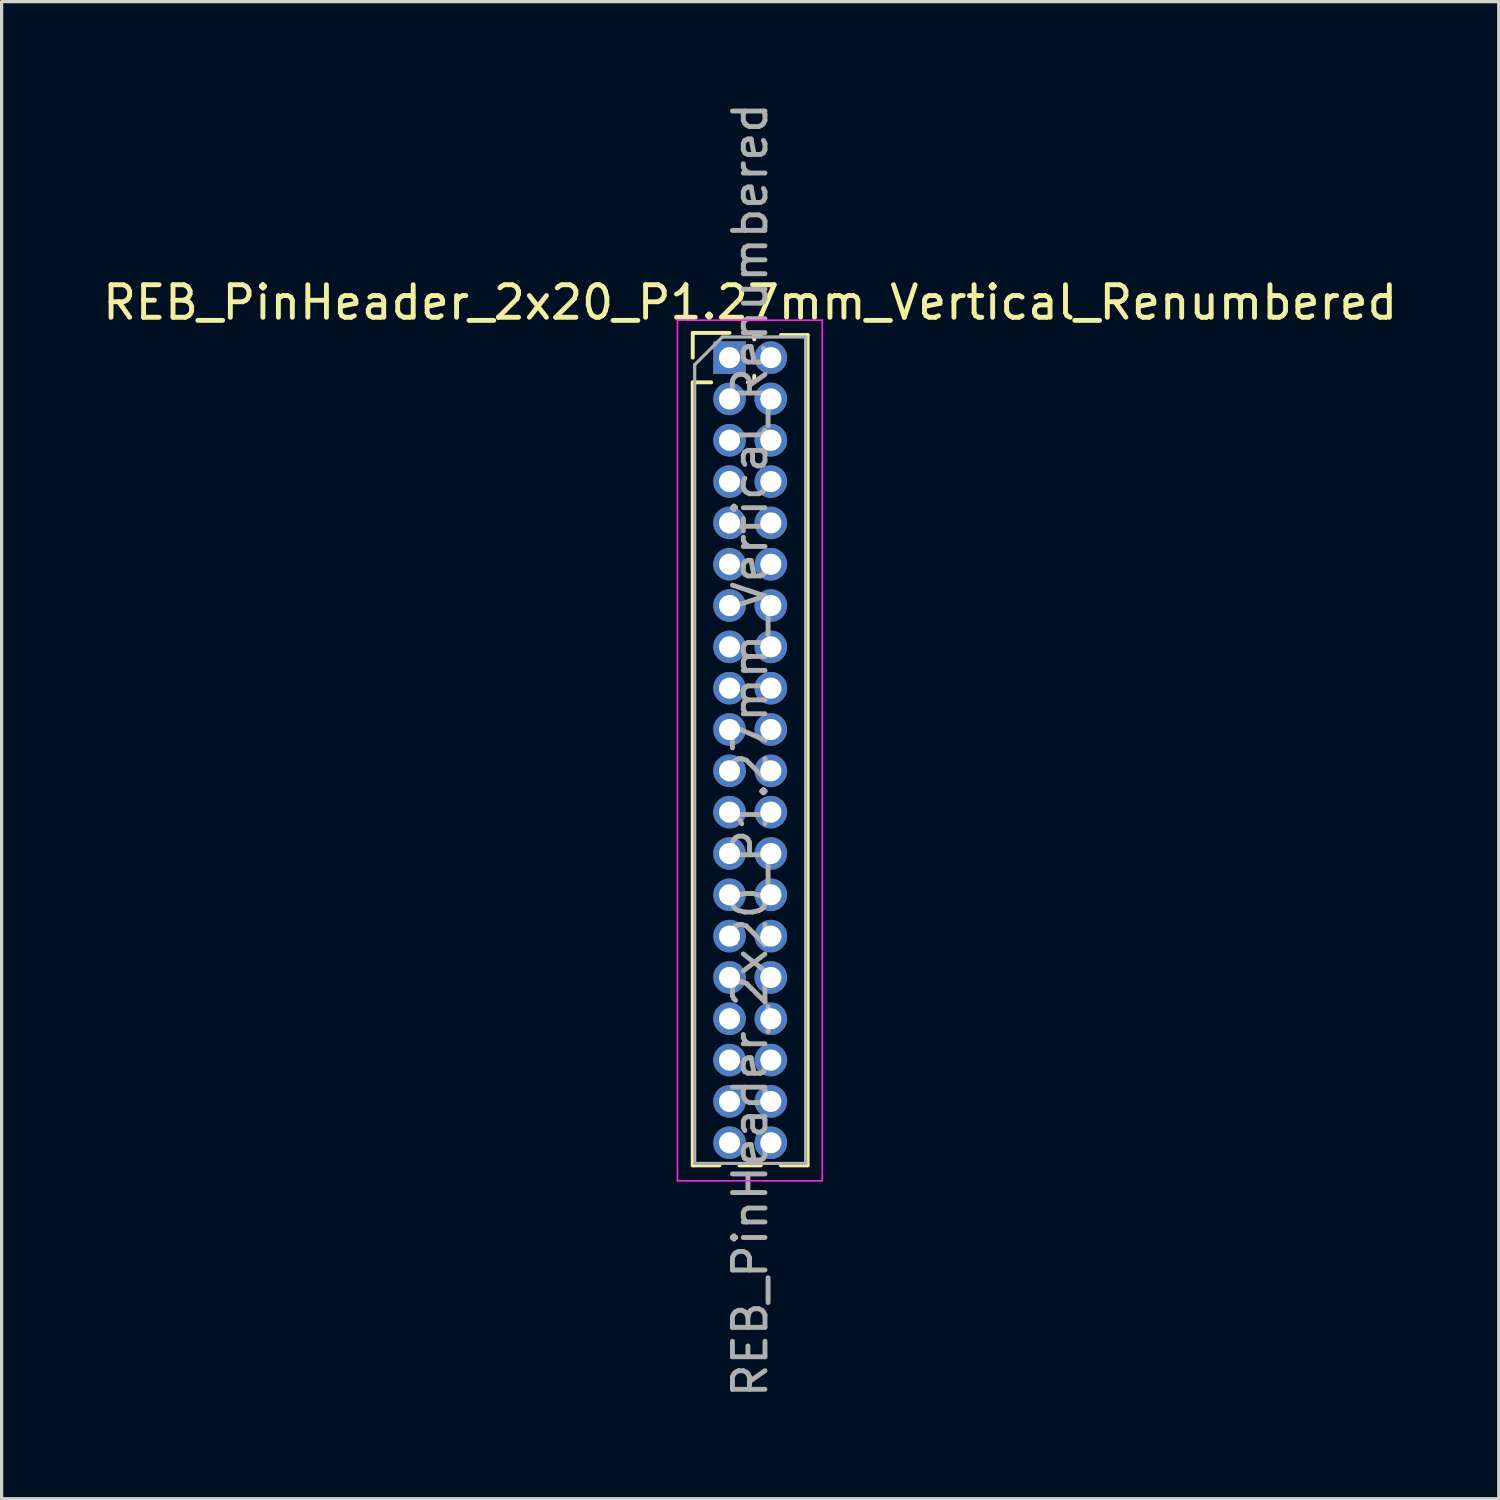
<source format=kicad_pcb>
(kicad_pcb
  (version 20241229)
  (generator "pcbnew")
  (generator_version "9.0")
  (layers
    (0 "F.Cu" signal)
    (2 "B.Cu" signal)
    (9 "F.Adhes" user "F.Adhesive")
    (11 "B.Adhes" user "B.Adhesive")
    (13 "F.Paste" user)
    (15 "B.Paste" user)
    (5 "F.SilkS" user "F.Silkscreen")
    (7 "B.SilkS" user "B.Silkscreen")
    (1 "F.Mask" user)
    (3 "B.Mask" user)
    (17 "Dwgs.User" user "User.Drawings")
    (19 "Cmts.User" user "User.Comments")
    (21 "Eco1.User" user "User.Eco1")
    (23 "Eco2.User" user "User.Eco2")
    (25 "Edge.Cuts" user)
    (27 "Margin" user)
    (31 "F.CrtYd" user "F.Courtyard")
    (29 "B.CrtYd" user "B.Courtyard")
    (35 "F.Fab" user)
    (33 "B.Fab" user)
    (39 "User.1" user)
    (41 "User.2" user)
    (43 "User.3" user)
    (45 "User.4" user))
  (footprint "REB_PinHeader_2x20_P1.27mm_Vertical_Renumbered"
    (layer "F.Cu")
    (at 19.371 7.941)
    (property "Reference" "REB_PinHeader_2x20_P1.27mm_Vertical_Renumbered" (at 0.635 -1.695 0) (layer "F.SilkS") (effects (font (size 1 1) (thickness 0.15))))
    (attr through_hole)
    (fp_line (start -1.13 -0.76) (end 0 -0.76) (stroke (width 0.12) (type solid)) (layer "F.SilkS"))
    (fp_line (start -1.13 0) (end -1.13 -0.76) (stroke (width 0.12) (type solid)) (layer "F.SilkS"))
    (fp_line (start -1.13 0.76) (end -1.13 24.825) (stroke (width 0.12) (type solid)) (layer "F.SilkS"))
    (fp_line (start -1.13 0.76) (end -0.563 0.76) (stroke (width 0.12) (type solid)) (layer "F.SilkS"))
    (fp_line (start -1.13 24.825) (end -0.308 24.825) (stroke (width 0.12) (type solid)) (layer "F.SilkS"))
    (fp_line (start 0.308 24.825) (end 0.962 24.825) (stroke (width 0.12) (type solid)) (layer "F.SilkS"))
    (fp_line (start 0.563 0.76) (end 0.707 0.76) (stroke (width 0.12) (type solid)) (layer "F.SilkS"))
    (fp_line (start 0.76 -0.695) (end 0.962 -0.695) (stroke (width 0.12) (type solid)) (layer "F.SilkS"))
    (fp_line (start 0.76 -0.563) (end 0.76 -0.695) (stroke (width 0.12) (type solid)) (layer "F.SilkS"))
    (fp_line (start 0.76 0.707) (end 0.76 0.563) (stroke (width 0.12) (type solid)) (layer "F.SilkS"))
    (fp_line (start 1.578 -0.695) (end 2.4 -0.695) (stroke (width 0.12) (type solid)) (layer "F.SilkS"))
    (fp_line (start 1.578 24.825) (end 2.4 24.825) (stroke (width 0.12) (type solid)) (layer "F.SilkS"))
    (fp_line (start 2.4 -0.695) (end 2.4 24.825) (stroke (width 0.12) (type solid)) (layer "F.SilkS"))
    (fp_line (start -1.6 -1.15) (end -1.6 25.3) (stroke (width 0.05) (type solid)) (layer "F.CrtYd"))
    (fp_line (start -1.6 25.3) (end 2.85 25.3) (stroke (width 0.05) (type solid)) (layer "F.CrtYd"))
    (fp_line (start 2.85 -1.15) (end -1.6 -1.15) (stroke (width 0.05) (type solid)) (layer "F.CrtYd"))
    (fp_line (start 2.85 25.3) (end 2.85 -1.15) (stroke (width 0.05) (type solid)) (layer "F.CrtYd"))
    (fp_line (start -1.07 0.217) (end -0.217 -0.635) (stroke (width 0.1) (type solid)) (layer "F.Fab"))
    (fp_line (start -1.07 24.765) (end -1.07 0.217) (stroke (width 0.1) (type solid)) (layer "F.Fab"))
    (fp_line (start -0.217 -0.635) (end 2.34 -0.635) (stroke (width 0.1) (type solid)) (layer "F.Fab"))
    (fp_line (start 2.34 -0.635) (end 2.34 24.765) (stroke (width 0.1) (type solid)) (layer "F.Fab"))
    (fp_line (start 2.34 24.765) (end -1.07 24.765) (stroke (width 0.1) (type solid)) (layer "F.Fab"))
    (fp_text user "${REFERENCE}" (at 0.635 12.065 90) (layer "F.Fab") (effects (font (size 1 1) (thickness 0.15))))
    (pad "1" thru_hole rect (at 0 0) (size 1 1) (drill 0.65) (layers "*.Cu" "*.Mask"))
    (pad "2" thru_hole oval (at 0 1.27) (size 1 1) (drill 0.65) (layers "*.Cu" "*.Mask"))
    (pad "3" thru_hole oval (at 0 2.54) (size 1 1) (drill 0.65) (layers "*.Cu" "*.Mask"))
    (pad "4" thru_hole oval (at 0 3.81) (size 1 1) (drill 0.65) (layers "*.Cu" "*.Mask"))
    (pad "5" thru_hole oval (at 0 5.08) (size 1 1) (drill 0.65) (layers "*.Cu" "*.Mask"))
    (pad "6" thru_hole oval (at 0 6.35) (size 1 1) (drill 0.65) (layers "*.Cu" "*.Mask"))
    (pad "7" thru_hole oval (at 0 7.62) (size 1 1) (drill 0.65) (layers "*.Cu" "*.Mask"))
    (pad "8" thru_hole oval (at 0 8.89) (size 1 1) (drill 0.65) (layers "*.Cu" "*.Mask"))
    (pad "9" thru_hole oval (at 0 10.16) (size 1 1) (drill 0.65) (layers "*.Cu" "*.Mask"))
    (pad "10" thru_hole oval (at 0 11.43) (size 1 1) (drill 0.65) (layers "*.Cu" "*.Mask"))
    (pad "11" thru_hole oval (at 0 12.7) (size 1 1) (drill 0.65) (layers "*.Cu" "*.Mask"))
    (pad "12" thru_hole oval (at 0 13.97) (size 1 1) (drill 0.65) (layers "*.Cu" "*.Mask"))
    (pad "13" thru_hole oval (at 0 15.24) (size 1 1) (drill 0.65) (layers "*.Cu" "*.Mask"))
    (pad "14" thru_hole oval (at 0 16.51) (size 1 1) (drill 0.65) (layers "*.Cu" "*.Mask"))
    (pad "15" thru_hole oval (at 0 17.78) (size 1 1) (drill 0.65) (layers "*.Cu" "*.Mask"))
    (pad "16" thru_hole oval (at 0 19.05) (size 1 1) (drill 0.65) (layers "*.Cu" "*.Mask"))
    (pad "17" thru_hole oval (at 0 20.32) (size 1 1) (drill 0.65) (layers "*.Cu" "*.Mask"))
    (pad "18" thru_hole oval (at 0 21.59) (size 1 1) (drill 0.65) (layers "*.Cu" "*.Mask"))
    (pad "19" thru_hole oval (at 0 22.86) (size 1 1) (drill 0.65) (layers "*.Cu" "*.Mask"))
    (pad "20" thru_hole oval (at 0 24.13) (size 1 1) (drill 0.65) (layers "*.Cu" "*.Mask"))
    (pad "21" thru_hole oval (at 1.27 24.13) (size 1 1) (drill 0.65) (layers "*.Cu" "*.Mask"))
    (pad "22" thru_hole oval (at 1.27 22.86) (size 1 1) (drill 0.65) (layers "*.Cu" "*.Mask"))
    (pad "23" thru_hole oval (at 1.27 21.59) (size 1 1) (drill 0.65) (layers "*.Cu" "*.Mask"))
    (pad "24" thru_hole oval (at 1.27 20.32) (size 1 1) (drill 0.65) (layers "*.Cu" "*.Mask"))
    (pad "25" thru_hole oval (at 1.27 19.05) (size 1 1) (drill 0.65) (layers "*.Cu" "*.Mask"))
    (pad "26" thru_hole oval (at 1.27 17.78) (size 1 1) (drill 0.65) (layers "*.Cu" "*.Mask"))
    (pad "27" thru_hole oval (at 1.27 16.51) (size 1 1) (drill 0.65) (layers "*.Cu" "*.Mask"))
    (pad "28" thru_hole oval (at 1.27 15.24) (size 1 1) (drill 0.65) (layers "*.Cu" "*.Mask"))
    (pad "29" thru_hole oval (at 1.27 13.97) (size 1 1) (drill 0.65) (layers "*.Cu" "*.Mask"))
    (pad "30" thru_hole oval (at 1.27 12.7) (size 1 1) (drill 0.65) (layers "*.Cu" "*.Mask"))
    (pad "31" thru_hole oval (at 1.27 11.43) (size 1 1) (drill 0.65) (layers "*.Cu" "*.Mask"))
    (pad "32" thru_hole oval (at 1.27 10.16) (size 1 1) (drill 0.65) (layers "*.Cu" "*.Mask"))
    (pad "33" thru_hole oval (at 1.27 8.89) (size 1 1) (drill 0.65) (layers "*.Cu" "*.Mask"))
    (pad "34" thru_hole oval (at 1.27 7.62) (size 1 1) (drill 0.65) (layers "*.Cu" "*.Mask"))
    (pad "35" thru_hole oval (at 1.27 6.35) (size 1 1) (drill 0.65) (layers "*.Cu" "*.Mask"))
    (pad "36" thru_hole oval (at 1.27 5.08) (size 1 1) (drill 0.65) (layers "*.Cu" "*.Mask"))
    (pad "37" thru_hole oval (at 1.27 3.81) (size 1 1) (drill 0.65) (layers "*.Cu" "*.Mask"))
    (pad "38" thru_hole oval (at 1.27 2.54) (size 1 1) (drill 0.65) (layers "*.Cu" "*.Mask"))
    (pad "39" thru_hole oval (at 1.27 1.27) (size 1 1) (drill 0.65) (layers "*.Cu" "*.Mask"))
    (pad "40" thru_hole oval (at 1.27 0) (size 1 1) (drill 0.65) (layers "*.Cu" "*.Mask")))
  (gr_rect
    (start -3 -3)
    (end 43.012 43.012)
    (stroke (width 0.1) (type default))
    (fill no)
    (layer "Edge.Cuts")))
</source>
